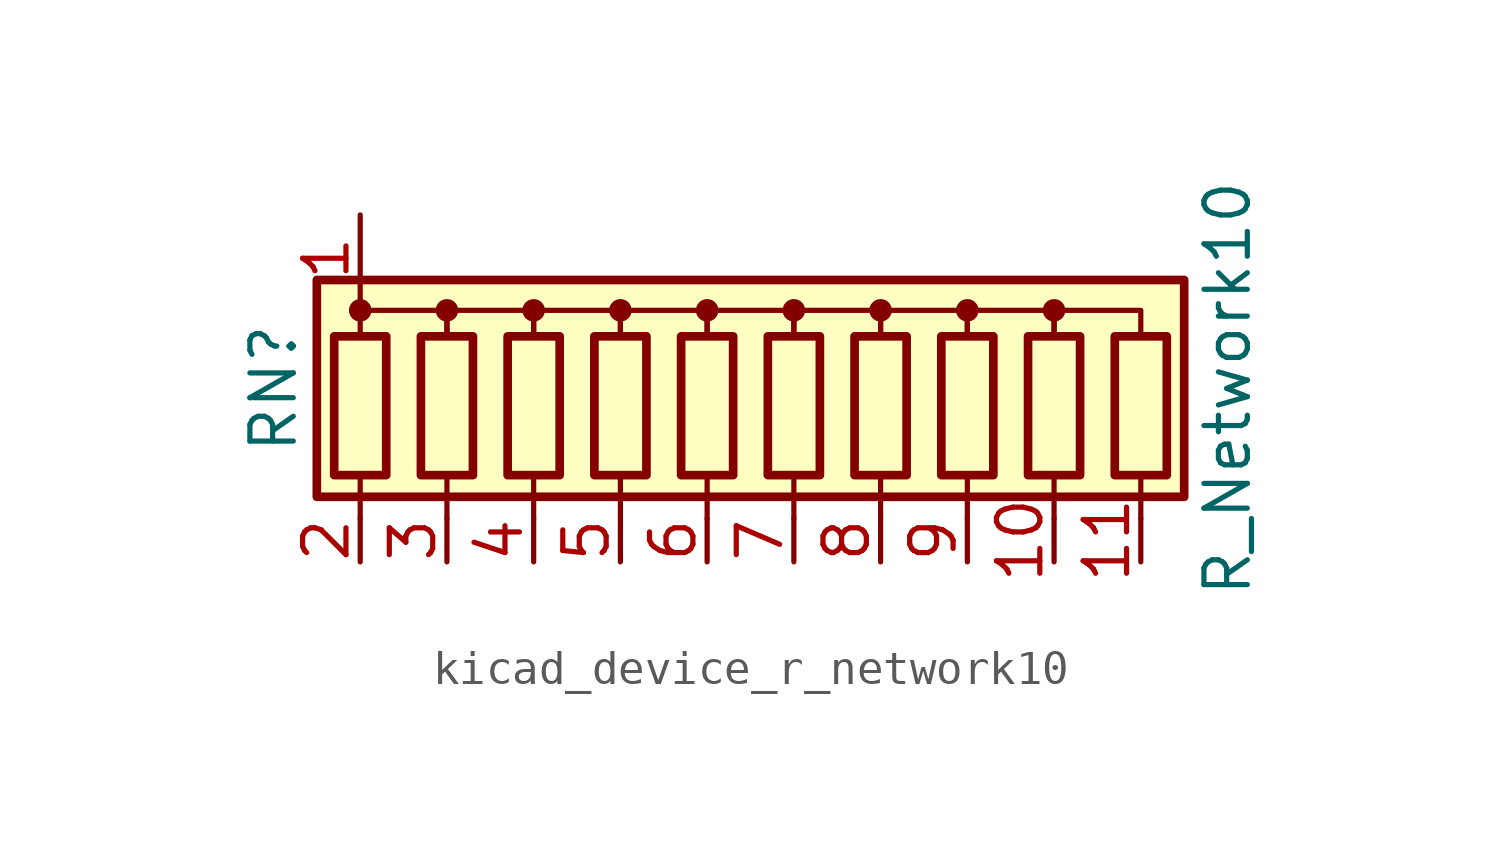
<source format=kicad_sym>
(kicad_symbol_lib
  (version 20220914)
  (generator kicad_symbol_editor)
  (symbol "kicad_device_r_network10"
    (pin_names
      (offset 0) hide)
    (property "Reference" "RN"
      (at -15.24 0 90)
      (effects (font (size 1.27 1.27))))
    (property "Value" "R_Network10"
      (at 12.7 0 90)
      (effects (font (size 1.27 1.27))))
    (symbol "kicad_device_r_network10_0_1"
      (rectangle (start -13.97 -3.175) (end 11.43 3.175) (stroke (width 0.254) (type default)) (fill (type background)))
      (rectangle (start -13.462 1.524) (end -11.938 -2.54) (stroke (width 0.254) (type default)) (fill (type none)))
      (circle (center -12.7 2.286) (radius 0.254) (stroke (width 0) (type default)) (fill (type outline)))
      (rectangle (start -10.922 1.524) (end -9.398 -2.54) (stroke (width 0.254) (type default)) (fill (type none)))
      (circle (center -10.16 2.286) (radius 0.254) (stroke (width 0) (type default)) (fill (type outline)))
      (rectangle (start -8.382 1.524) (end -6.858 -2.54) (stroke (width 0.254) (type default)) (fill (type none)))
      (circle (center -7.62 2.286) (radius 0.254) (stroke (width 0) (type default)) (fill (type outline)))
      (rectangle (start -5.842 1.524) (end -4.318 -2.54) (stroke (width 0.254) (type default)) (fill (type none)))
      (circle (center -5.08 2.286) (radius 0.254) (stroke (width 0) (type default)) (fill (type outline)))
      (rectangle (start -3.302 1.524) (end -1.778 -2.54) (stroke (width 0.254) (type default)) (fill (type none)))
      (circle (center -2.54 2.286) (radius 0.254) (stroke (width 0) (type default)) (fill (type outline)))
      (rectangle (start -0.762 1.524) (end 0.762 -2.54) (stroke (width 0.254) (type default)) (fill (type none)))
      (polyline (pts (xy -12.7 -2.54) (xy -12.7 -3.81)) (stroke (width 0) (type default)) (fill (type none)))
      (polyline (pts (xy -10.16 -2.54) (xy -10.16 -3.81)) (stroke (width 0) (type default)) (fill (type none)))
      (polyline (pts (xy -7.62 -2.54) (xy -7.62 -3.81)) (stroke (width 0) (type default)) (fill (type none)))
      (polyline (pts (xy -5.08 -2.54) (xy -5.08 -3.81)) (stroke (width 0) (type default)) (fill (type none)))
      (polyline (pts (xy -2.54 -2.54) (xy -2.54 -3.81)) (stroke (width 0) (type default)) (fill (type none)))
      (polyline (pts (xy 0 -2.54) (xy 0 -3.81)) (stroke (width 0) (type default)) (fill (type none)))
      (polyline (pts (xy 2.54 -2.54) (xy 2.54 -3.81)) (stroke (width 0) (type default)) (fill (type none)))
      (polyline (pts (xy 5.08 -2.54) (xy 5.08 -3.81)) (stroke (width 0) (type default)) (fill (type none)))
      (polyline (pts (xy 7.62 -2.54) (xy 7.62 -3.81)) (stroke (width 0) (type default)) (fill (type none)))
      (polyline (pts (xy 10.16 -2.54) (xy 10.16 -3.81)) (stroke (width 0) (type default)) (fill (type none)))
      (polyline (pts (xy -12.7 1.524) (xy -12.7 2.286) (xy -10.16 2.286) (xy -10.16 1.524)) (stroke (width 0) (type default)) (fill (type none)))
      (polyline (pts (xy -10.16 1.524) (xy -10.16 2.286) (xy -7.62 2.286) (xy -7.62 1.524)) (stroke (width 0) (type default)) (fill (type none)))
      (polyline (pts (xy -7.62 1.524) (xy -7.62 2.286) (xy -5.08 2.286) (xy -5.08 1.524)) (stroke (width 0) (type default)) (fill (type none)))
      (polyline (pts (xy -5.08 1.524) (xy -5.08 2.286) (xy -2.54 2.286) (xy -2.54 1.524)) (stroke (width 0) (type default)) (fill (type none)))
      (polyline (pts (xy -2.54 1.524) (xy -2.54 2.286) (xy 0 2.286) (xy 0 1.524)) (stroke (width 0) (type default)) (fill (type none)))
      (polyline (pts (xy 0 1.524) (xy 0 2.286) (xy 2.54 2.286) (xy 2.54 1.524)) (stroke (width 0) (type default)) (fill (type none)))
      (polyline (pts (xy 2.54 1.524) (xy 2.54 2.286) (xy 5.08 2.286) (xy 5.08 1.524)) (stroke (width 0) (type default)) (fill (type none)))
      (polyline (pts (xy 5.08 1.524) (xy 5.08 2.286) (xy 7.62 2.286) (xy 7.62 1.524)) (stroke (width 0) (type default)) (fill (type none)))
      (polyline (pts (xy 7.62 1.524) (xy 7.62 2.286) (xy 10.16 2.286) (xy 10.16 1.524)) (stroke (width 0) (type default)) (fill (type none)))
      (circle (center 0 2.286) (radius 0.254) (stroke (width 0) (type default)) (fill (type outline)))
      (rectangle (start 1.778 1.524) (end 3.302 -2.54) (stroke (width 0.254) (type default)) (fill (type none)))
      (circle (center 2.54 2.286) (radius 0.254) (stroke (width 0) (type default)) (fill (type outline)))
      (rectangle (start 4.318 1.524) (end 5.842 -2.54) (stroke (width 0.254) (type default)) (fill (type none)))
      (circle (center 5.08 2.286) (radius 0.254) (stroke (width 0) (type default)) (fill (type outline)))
      (rectangle (start 6.858 1.524) (end 8.382 -2.54) (stroke (width 0.254) (type default)) (fill (type none)))
      (circle (center 7.62 2.286) (radius 0.254) (stroke (width 0) (type default)) (fill (type outline)))
      (rectangle (start 9.398 1.524) (end 10.922 -2.54) (stroke (width 0.254) (type default)) (fill (type none))))
    (symbol "kicad_device_r_network10_1_1"
      (pin passive line (at -12.7 5.08 270) (length 2.54) (name "common" (effects (font (size 1.27 1.27)))) (number "1" (effects (font (size 1.27 1.27)))))
      (pin passive line (at 7.62 -5.08 90) (length 1.27) (name "R9" (effects (font (size 1.27 1.27)))) (number "10" (effects (font (size 1.27 1.27)))))
      (pin passive line (at 10.16 -5.08 90) (length 1.27) (name "R10" (effects (font (size 1.27 1.27)))) (number "11" (effects (font (size 1.27 1.27)))))
      (pin passive line (at -12.7 -5.08 90) (length 1.27) (name "R1" (effects (font (size 1.27 1.27)))) (number "2" (effects (font (size 1.27 1.27)))))
      (pin passive line (at -10.16 -5.08 90) (length 1.27) (name "R2" (effects (font (size 1.27 1.27)))) (number "3" (effects (font (size 1.27 1.27)))))
      (pin passive line (at -7.62 -5.08 90) (length 1.27) (name "R3" (effects (font (size 1.27 1.27)))) (number "4" (effects (font (size 1.27 1.27)))))
      (pin passive line (at -5.08 -5.08 90) (length 1.27) (name "R4" (effects (font (size 1.27 1.27)))) (number "5" (effects (font (size 1.27 1.27)))))
      (pin passive line (at -2.54 -5.08 90) (length 1.27) (name "R5" (effects (font (size 1.27 1.27)))) (number "6" (effects (font (size 1.27 1.27)))))
      (pin passive line (at 0 -5.08 90) (length 1.27) (name "R6" (effects (font (size 1.27 1.27)))) (number "7" (effects (font (size 1.27 1.27)))))
      (pin passive line (at 2.54 -5.08 90) (length 1.27) (name "R7" (effects (font (size 1.27 1.27)))) (number "8" (effects (font (size 1.27 1.27)))))
      (pin passive line (at 5.08 -5.08 90) (length 1.27) (name "R8" (effects (font (size 1.27 1.27)))) (number "9" (effects (font (size 1.27 1.27))))))))
</source>
